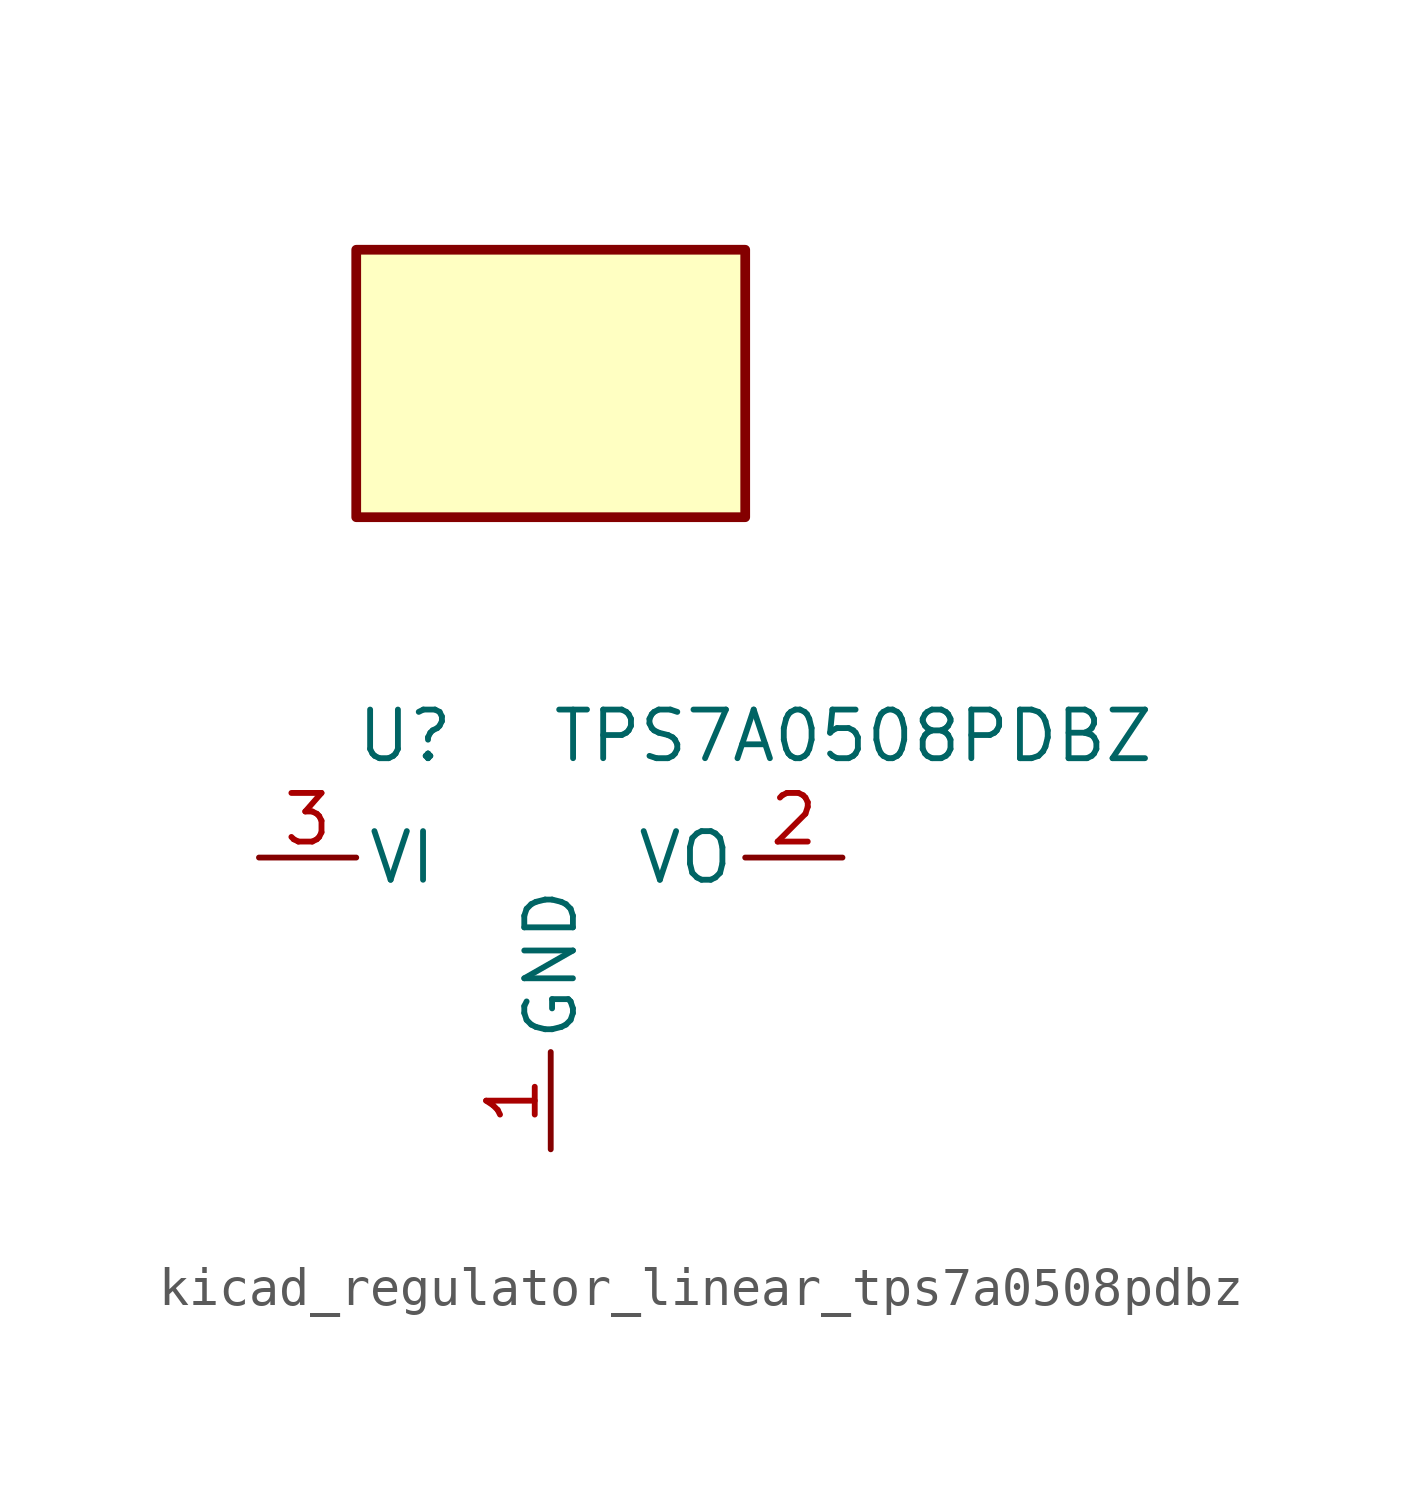
<source format=kicad_sym>
(kicad_symbol_lib
  (version 20220914)
  (generator kicad_symbol_editor)
  (symbol "kicad_regulator_linear_tps7a0508pdbz"
    (pin_names
      (offset 0.254))
    (property "Reference" "U"
      (at -3.81 3.175 0)
      (effects (font (size 1.27 1.27))))
    (property "Value" "TPS7A0508PDBZ"
      (at 0 3.175 0)
      (effects (font (size 1.27 1.27)) (justify left)))
    (symbol "kicad_regulator_linear_tps7a0508pdbz_0_1"
      (rectangle (start 5.08 15.875) (end -5.08 8.89) (stroke (width 0.254) (type default)) (fill (type background))))
    (symbol "kicad_regulator_linear_tps7a0508pdbz_1_1"
      (pin power_in line (at 0 -7.62 90) (length 2.54) (name "GND" (effects (font (size 1.27 1.27)))) (number "1" (effects (font (size 1.27 1.27)))))
      (pin power_out line (at 7.62 0 180) (length 2.54) (name "VO" (effects (font (size 1.27 1.27)))) (number "2" (effects (font (size 1.27 1.27)))))
      (pin power_in line (at -7.62 0 0) (length 2.54) (name "VI" (effects (font (size 1.27 1.27)))) (number "3" (effects (font (size 1.27 1.27))))))))
</source>
